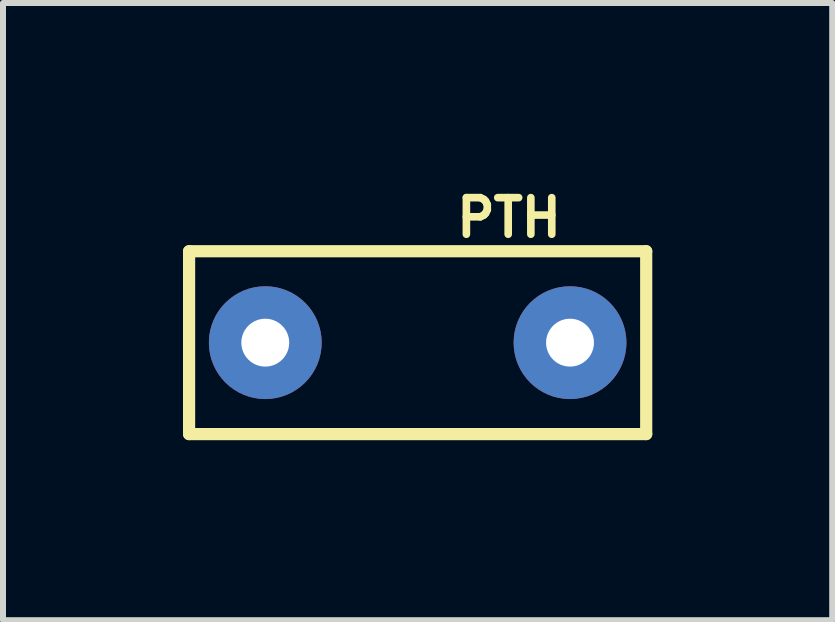
<source format=kicad_pcb>
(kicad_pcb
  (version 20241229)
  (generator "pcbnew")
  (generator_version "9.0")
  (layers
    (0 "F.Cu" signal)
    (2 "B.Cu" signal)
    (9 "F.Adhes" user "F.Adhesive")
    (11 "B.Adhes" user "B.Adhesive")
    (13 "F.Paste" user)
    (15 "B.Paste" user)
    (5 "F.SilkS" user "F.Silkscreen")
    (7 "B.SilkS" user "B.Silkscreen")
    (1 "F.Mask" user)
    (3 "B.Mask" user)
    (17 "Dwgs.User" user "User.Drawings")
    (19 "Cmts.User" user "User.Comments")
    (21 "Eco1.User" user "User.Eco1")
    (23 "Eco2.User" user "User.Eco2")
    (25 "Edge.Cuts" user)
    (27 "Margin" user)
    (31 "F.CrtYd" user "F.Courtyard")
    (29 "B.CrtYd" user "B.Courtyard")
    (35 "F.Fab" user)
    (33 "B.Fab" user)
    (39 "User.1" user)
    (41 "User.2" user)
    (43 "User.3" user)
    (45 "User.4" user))
  (footprint "PTH"
    (layer "F.Cu")
    (at 3.912 2.662)
    (property "Reference" "PTH" (at 1.524 -2.083 0) (layer "F.SilkS") (effects (font (size 0.61 0.61) (thickness 0.127))))
    (attr exclude_from_pos_files exclude_from_bom)
    (fp_line (start -3.81 -1.524) (end 3.81 -1.524) (stroke (width 0.203) (type solid)) (layer "F.SilkS"))
    (fp_line (start -3.81 1.524) (end -3.81 -1.524) (stroke (width 0.203) (type solid)) (layer "F.SilkS"))
    (fp_line (start 3.81 -1.524) (end 3.81 1.524) (stroke (width 0.203) (type solid)) (layer "F.SilkS"))
    (fp_line (start 3.81 1.524) (end -3.81 1.524) (stroke (width 0.203) (type solid)) (layer "F.SilkS"))
    (pad "P$1" thru_hole circle (at -2.54 0) (size 1.88 1.88) (drill 0.798) (layers "*.Cu" "*.Paste" "*.Mask"))
    (pad "P$2" thru_hole circle (at 2.54 0) (size 1.88 1.88) (drill 0.798) (layers "*.Cu" "*.Paste" "*.Mask")))
  (gr_rect
    (start -3 -3)
    (end 10.823 7.288)
    (stroke (width 0.1) (type default))
    (fill no)
    (layer "Edge.Cuts")))
</source>
